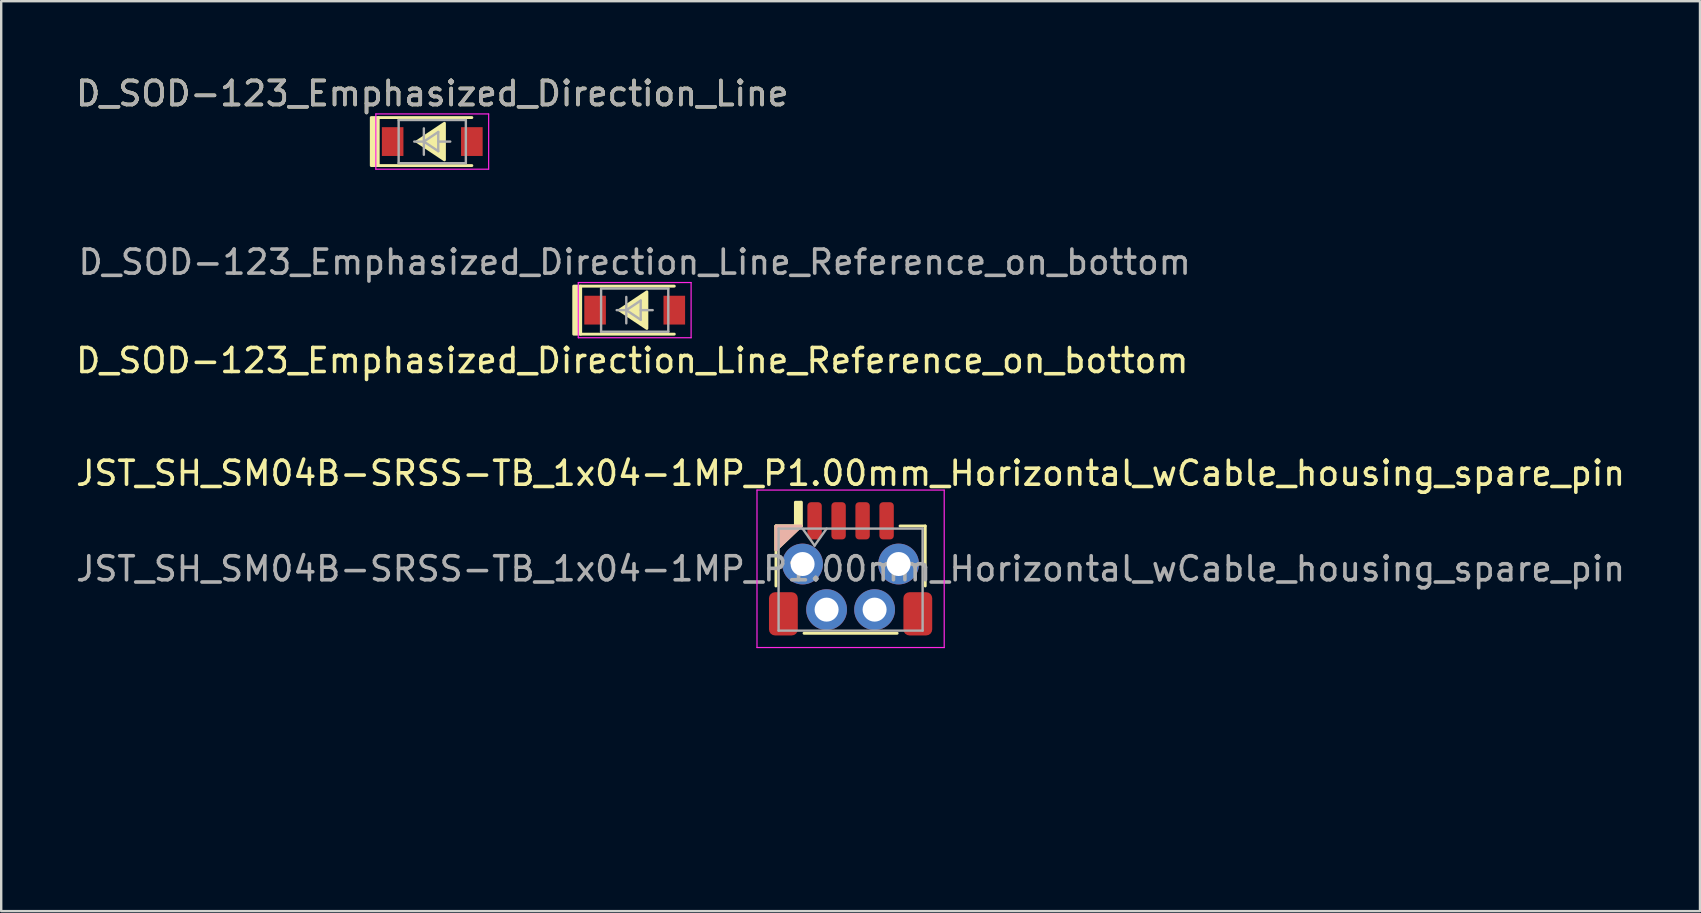
<source format=kicad_pcb>
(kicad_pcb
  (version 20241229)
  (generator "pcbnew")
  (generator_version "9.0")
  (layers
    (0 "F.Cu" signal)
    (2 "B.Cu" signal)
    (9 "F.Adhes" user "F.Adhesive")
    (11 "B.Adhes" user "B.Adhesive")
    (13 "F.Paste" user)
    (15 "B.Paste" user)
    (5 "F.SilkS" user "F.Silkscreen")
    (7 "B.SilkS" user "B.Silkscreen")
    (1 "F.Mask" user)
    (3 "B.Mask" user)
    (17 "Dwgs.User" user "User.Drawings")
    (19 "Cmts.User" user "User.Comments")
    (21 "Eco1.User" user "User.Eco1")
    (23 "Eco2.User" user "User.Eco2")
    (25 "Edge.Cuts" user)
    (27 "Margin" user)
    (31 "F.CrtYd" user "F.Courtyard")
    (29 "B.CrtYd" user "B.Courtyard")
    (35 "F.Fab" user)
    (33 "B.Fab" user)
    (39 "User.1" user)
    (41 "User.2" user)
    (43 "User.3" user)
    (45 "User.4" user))
  (footprint "JST_SH_SM04B-SRSS-TB_1x04-1MP_P1.00mm_Horizontal_wCable_housing_spare_pin"
    (layer "F.Cu")
    (at 32.387 20.648)
    (property "Reference" "JST_SH_SM04B-SRSS-TB_1x04-1MP_P1.00mm_Horizontal_wCable_housing_spare_pin" (at 0 -3.98 0) (layer "F.SilkS") (effects (font (size 1 1) (thickness 0.15))))
    (attr smd)
    (fp_line (start -3.11 -1.785) (end -2.06 -1.785) (stroke (width 0.12) (type solid)) (layer "F.SilkS"))
    (fp_line (start -3.11 0.715) (end -3.11 -1.785) (stroke (width 0.12) (type solid)) (layer "F.SilkS"))
    (fp_line (start -2.06 -1.785) (end -2.06 -2.775) (stroke (width 0.12) (type solid)) (layer "F.SilkS"))
    (fp_line (start -1.94 2.685) (end 1.94 2.685) (stroke (width 0.12) (type solid)) (layer "F.SilkS"))
    (fp_line (start 3.11 -1.785) (end 2.06 -1.785) (stroke (width 0.12) (type solid)) (layer "F.SilkS"))
    (fp_line (start 3.11 0.715) (end 3.11 -1.785) (stroke (width 0.12) (type solid)) (layer "F.SilkS"))
    (fp_poly (pts (xy -3.11 -0.785) (xy -3.11 -1.785) (xy -2.06 -1.785)) (stroke (width 0.12) (type solid)) (fill yes) (layer "F.SilkS"))
    (fp_poly (pts (xy -2.06 -1.785) (xy -2.3 -1.785) (xy -2.3 -2.775) (xy -2.06 -2.775)) (stroke (width 0.12) (type solid)) (fill yes) (layer "F.SilkS"))
    (fp_poly (pts (xy -2.06 -1.785) (xy -3.11 -1.785) (xy -3.11 -0.785)) (stroke (width 0.12) (type solid)) (fill yes) (layer "B.SilkS"))
    (fp_line (start -3.5 2.7) (end -3.5 3.7) (stroke (width 0.12) (type solid)) (layer "Eco2.User"))
    (fp_line (start -3.5 3.7) (end 3.5 3.7) (stroke (width 0.12) (type solid)) (layer "Eco2.User"))
    (fp_line (start -3.5 6.7) (end -3.5 6.95) (stroke (width 0.12) (type solid)) (layer "Eco2.User"))
    (fp_line (start -3.5 6.7) (end -3.25 6.7) (stroke (width 0.12) (type solid)) (layer "Eco2.User"))
    (fp_line (start -3.5 7.7) (end -3.5 7.45) (stroke (width 0.12) (type solid)) (layer "Eco2.User"))
    (fp_line (start -3.5 7.7) (end -3.25 7.7) (stroke (width 0.12) (type solid)) (layer "Eco2.User"))
    (fp_line (start -3 3.7) (end -3 3.95) (stroke (width 0.12) (type solid)) (layer "Eco2.User"))
    (fp_line (start -3 4.95) (end -3 4.45) (stroke (width 0.12) (type solid)) (layer "Eco2.User"))
    (fp_line (start -3 5.95) (end -3 5.45) (stroke (width 0.12) (type solid)) (layer "Eco2.User"))
    (fp_line (start -3 6.7) (end -3.25 6.7) (stroke (width 0.12) (type solid)) (layer "Eco2.User"))
    (fp_line (start -3 6.7) (end -3 6.45) (stroke (width 0.12) (type solid)) (layer "Eco2.User"))
    (fp_line (start -2.25 7.7) (end -2.75 7.7) (stroke (width 0.12) (type solid)) (layer "Eco2.User"))
    (fp_line (start -1.5 7.7) (end -1.5 8.2) (stroke (width 0.12) (type solid)) (layer "Eco2.User"))
    (fp_line (start -1.5 8.7) (end -1.5 9.2) (stroke (width 0.12) (type solid)) (layer "Eco2.User"))
    (fp_line (start -1.5 9.7) (end -1.5 10.2) (stroke (width 0.12) (type solid)) (layer "Eco2.User"))
    (fp_line (start -1.5 10.7) (end -1.5 11.2) (stroke (width 0.12) (type solid)) (layer "Eco2.User"))
    (fp_line (start -1.25 7.7) (end -1.75 7.7) (stroke (width 0.12) (type solid)) (layer "Eco2.User"))
    (fp_line (start -0.5 7.7) (end -0.5 8.2) (stroke (width 0.12) (type solid)) (layer "Eco2.User"))
    (fp_line (start -0.5 8.7) (end -0.5 9.2) (stroke (width 0.12) (type solid)) (layer "Eco2.User"))
    (fp_line (start -0.5 9.7) (end -0.5 10.2) (stroke (width 0.12) (type solid)) (layer "Eco2.User"))
    (fp_line (start -0.5 10.7) (end -0.5 11.2) (stroke (width 0.12) (type solid)) (layer "Eco2.User"))
    (fp_line (start -0.25 7.7) (end -0.75 7.7) (stroke (width 0.12) (type solid)) (layer "Eco2.User"))
    (fp_line (start 0.5 7.7) (end 0.5 8.2) (stroke (width 0.12) (type solid)) (layer "Eco2.User"))
    (fp_line (start 0.5 8.7) (end 0.5 9.2) (stroke (width 0.12) (type solid)) (layer "Eco2.User"))
    (fp_line (start 0.5 9.7) (end 0.5 10.2) (stroke (width 0.12) (type solid)) (layer "Eco2.User"))
    (fp_line (start 0.5 10.7) (end 0.5 11.2) (stroke (width 0.12) (type solid)) (layer "Eco2.User"))
    (fp_line (start 0.75 7.7) (end 0.25 7.7) (stroke (width 0.12) (type solid)) (layer "Eco2.User"))
    (fp_line (start 1.5 7.7) (end 1.5 8.2) (stroke (width 0.12) (type solid)) (layer "Eco2.User"))
    (fp_line (start 1.5 8.7) (end 1.5 9.2) (stroke (width 0.12) (type solid)) (layer "Eco2.User"))
    (fp_line (start 1.5 9.7) (end 1.5 10.2) (stroke (width 0.12) (type solid)) (layer "Eco2.User"))
    (fp_line (start 1.5 10.7) (end 1.5 11.2) (stroke (width 0.12) (type solid)) (layer "Eco2.User"))
    (fp_line (start 1.75 7.7) (end 1.25 7.7) (stroke (width 0.12) (type solid)) (layer "Eco2.User"))
    (fp_line (start 2.75 7.7) (end 2.25 7.7) (stroke (width 0.12) (type solid)) (layer "Eco2.User"))
    (fp_line (start 3 3.7) (end 3 3.95) (stroke (width 0.12) (type solid)) (layer "Eco2.User"))
    (fp_line (start 3 4.95) (end 3 4.45) (stroke (width 0.12) (type solid)) (layer "Eco2.User"))
    (fp_line (start 3 5.95) (end 3 5.45) (stroke (width 0.12) (type solid)) (layer "Eco2.User"))
    (fp_line (start 3 6.7) (end 3 6.45) (stroke (width 0.12) (type solid)) (layer "Eco2.User"))
    (fp_line (start 3 6.7) (end 3.25 6.7) (stroke (width 0.12) (type solid)) (layer "Eco2.User"))
    (fp_line (start 3.5 2.7) (end -3.5 2.7) (stroke (width 0.12) (type solid)) (layer "Eco2.User"))
    (fp_line (start 3.5 3.7) (end 3.5 2.7) (stroke (width 0.12) (type solid)) (layer "Eco2.User"))
    (fp_line (start 3.5 6.7) (end 3.25 6.7) (stroke (width 0.12) (type solid)) (layer "Eco2.User"))
    (fp_line (start 3.5 6.7) (end 3.5 6.95) (stroke (width 0.12) (type solid)) (layer "Eco2.User"))
    (fp_line (start 3.5 7.7) (end 3.25 7.7) (stroke (width 0.12) (type solid)) (layer "Eco2.User"))
    (fp_line (start 3.5 7.7) (end 3.5 7.45) (stroke (width 0.12) (type solid)) (layer "Eco2.User"))
    (fp_line (start -3.9 -3.28) (end -3.9 3.28) (stroke (width 0.05) (type solid)) (layer "F.CrtYd"))
    (fp_line (start -3.9 3.28) (end 3.9 3.28) (stroke (width 0.05) (type solid)) (layer "F.CrtYd"))
    (fp_line (start 3.9 -3.28) (end -3.9 -3.28) (stroke (width 0.05) (type solid)) (layer "F.CrtYd"))
    (fp_line (start 3.9 3.28) (end 3.9 -3.28) (stroke (width 0.05) (type solid)) (layer "F.CrtYd"))
    (fp_line (start -3 -1.675) (end -3 2.575) (stroke (width 0.1) (type solid)) (layer "F.Fab"))
    (fp_line (start -3 -1.675) (end 3 -1.675) (stroke (width 0.1) (type solid)) (layer "F.Fab"))
    (fp_line (start -3 2.575) (end 3 2.575) (stroke (width 0.1) (type solid)) (layer "F.Fab"))
    (fp_line (start -2 -1.675) (end -1.5 -0.968) (stroke (width 0.1) (type solid)) (layer "F.Fab"))
    (fp_line (start -1.5 -0.968) (end -1 -1.675) (stroke (width 0.1) (type solid)) (layer "F.Fab"))
    (fp_line (start 3 -1.675) (end 3 2.575) (stroke (width 0.1) (type solid)) (layer "F.Fab"))
    (fp_text user "${REFERENCE}" (at 0 0 0) (layer "F.Fab") (effects (font (size 1 1) (thickness 0.15))))
    (pad "1" thru_hole oval (at -2 -0.2) (size 1.7 1.7) (drill 1) (layers "*.Cu" "*.Mask"))
    (pad "1" smd roundrect (at -1.5 -2) (size 0.6 1.55) (layers "F.Cu" "F.Mask" "F.Paste") (roundrect_rratio 0.25))
    (pad "2" thru_hole oval (at -1 1.7) (size 1.7 1.7) (drill 1) (layers "*.Cu" "*.Mask"))
    (pad "2" smd roundrect (at -0.5 -2) (size 0.6 1.55) (layers "F.Cu" "F.Mask" "F.Paste") (roundrect_rratio 0.25))
    (pad "3" smd roundrect (at 0.5 -2) (size 0.6 1.55) (layers "F.Cu" "F.Mask" "F.Paste") (roundrect_rratio 0.25))
    (pad "3" thru_hole oval (at 1 1.7) (size 1.7 1.7) (drill 1) (layers "*.Cu" "*.Mask"))
    (pad "4" smd roundrect (at 1.5 -2) (size 0.6 1.55) (layers "F.Cu" "F.Mask" "F.Paste") (roundrect_rratio 0.25))
    (pad "4" thru_hole oval (at 2 -0.2) (size 1.7 1.7) (drill 1) (layers "*.Cu" "*.Mask"))
    (pad "MP" smd roundrect (at -2.8 1.875) (size 1.2 1.8) (layers "F.Cu" "F.Mask" "F.Paste") (roundrect_rratio 0.208))
    (pad "MP" smd roundrect (at 2.8 1.875) (size 1.2 1.8) (layers "F.Cu" "F.Mask" "F.Paste") (roundrect_rratio 0.208)))
  (footprint "D_SOD-123_Emphasized_Direction_Line_Reference_on_bottom"
    (layer "F.Cu")
    (at 23.392 9.871)
    (property "Reference" "D_SOD-123_Emphasized_Direction_Line_Reference_on_bottom" (at -0.1 2.1 180) (layer "F.SilkS") (effects (font (size 1 1) (thickness 0.15))))
    (attr smd)
    (fp_line (start -2.25 -1) (end 1.65 -1) (stroke (width 0.12) (type solid)) (layer "F.SilkS"))
    (fp_line (start -2.25 1) (end 1.65 1) (stroke (width 0.12) (type solid)) (layer "F.SilkS"))
    (fp_rect (start -2.25 -1) (end -2.54 1) (stroke (width 0.12) (type solid)) (fill yes) (layer "F.SilkS"))
    (fp_poly (pts (xy 0.508 0.762) (xy -0.635 0) (xy 0.508 -0.762)) (stroke (width 0.12) (type solid)) (fill yes) (layer "F.SilkS"))
    (fp_line (start -2.35 -1.15) (end -2.35 1.15) (stroke (width 0.05) (type solid)) (layer "F.CrtYd"))
    (fp_line (start -2.35 -1.15) (end 2.35 -1.15) (stroke (width 0.05) (type solid)) (layer "F.CrtYd"))
    (fp_line (start 2.35 -1.15) (end 2.35 1.15) (stroke (width 0.05) (type solid)) (layer "F.CrtYd"))
    (fp_line (start 2.35 1.15) (end -2.35 1.15) (stroke (width 0.05) (type solid)) (layer "F.CrtYd"))
    (fp_line (start -1.4 -0.9) (end 1.4 -0.9) (stroke (width 0.1) (type solid)) (layer "F.Fab"))
    (fp_line (start -1.4 0.9) (end -1.4 -0.9) (stroke (width 0.1) (type solid)) (layer "F.Fab"))
    (fp_line (start -0.75 0) (end -0.35 0) (stroke (width 0.1) (type solid)) (layer "F.Fab"))
    (fp_line (start -0.35 0) (end -0.35 -0.55) (stroke (width 0.1) (type solid)) (layer "F.Fab"))
    (fp_line (start -0.35 0) (end -0.35 0.55) (stroke (width 0.1) (type solid)) (layer "F.Fab"))
    (fp_line (start -0.35 0) (end 0.25 -0.4) (stroke (width 0.1) (type solid)) (layer "F.Fab"))
    (fp_line (start 0.25 -0.4) (end 0.25 0.4) (stroke (width 0.1) (type solid)) (layer "F.Fab"))
    (fp_line (start 0.25 0) (end 0.75 0) (stroke (width 0.1) (type solid)) (layer "F.Fab"))
    (fp_line (start 0.25 0.4) (end -0.35 0) (stroke (width 0.1) (type solid)) (layer "F.Fab"))
    (fp_line (start 1.4 -0.9) (end 1.4 0.9) (stroke (width 0.1) (type solid)) (layer "F.Fab"))
    (fp_line (start 1.4 0.9) (end -1.4 0.9) (stroke (width 0.1) (type solid)) (layer "F.Fab"))
    (fp_text user "${REFERENCE}" (at 0 -2 180) (layer "F.Fab") (effects (font (size 1 1) (thickness 0.15))))
    (pad "1" smd rect (at -1.65 0) (size 0.9 1.2) (layers "F.Cu" "F.Mask" "F.Paste"))
    (pad "2" smd rect (at 1.65 0) (size 0.9 1.2) (layers "F.Cu" "F.Mask" "F.Paste")))
  (footprint "D_SOD-123_Emphasized_Direction_Line"
    (layer "F.Cu")
    (at 14.958 2.848)
    (property "Reference" "D_SOD-123_Emphasized_Direction_Line" (at 0 -2 0) (layer "F.SilkS") (effects (font (size 1 1) (thickness 0.15))))
    (attr smd)
    (fp_line (start -2.25 -1) (end 1.65 -1) (stroke (width 0.12) (type solid)) (layer "F.SilkS"))
    (fp_line (start -2.25 1) (end 1.65 1) (stroke (width 0.12) (type solid)) (layer "F.SilkS"))
    (fp_rect (start -2.25 -1) (end -2.54 1) (stroke (width 0.12) (type solid)) (fill yes) (layer "F.SilkS"))
    (fp_poly (pts (xy 0.508 0.762) (xy -0.635 0) (xy 0.508 -0.762)) (stroke (width 0.12) (type solid)) (fill yes) (layer "F.SilkS"))
    (fp_line (start -2.35 -1.15) (end -2.35 1.15) (stroke (width 0.05) (type solid)) (layer "F.CrtYd"))
    (fp_line (start -2.35 -1.15) (end 2.35 -1.15) (stroke (width 0.05) (type solid)) (layer "F.CrtYd"))
    (fp_line (start 2.35 -1.15) (end 2.35 1.15) (stroke (width 0.05) (type solid)) (layer "F.CrtYd"))
    (fp_line (start 2.35 1.15) (end -2.35 1.15) (stroke (width 0.05) (type solid)) (layer "F.CrtYd"))
    (fp_line (start -1.4 -0.9) (end 1.4 -0.9) (stroke (width 0.1) (type solid)) (layer "F.Fab"))
    (fp_line (start -1.4 0.9) (end -1.4 -0.9) (stroke (width 0.1) (type solid)) (layer "F.Fab"))
    (fp_line (start -0.75 0) (end -0.35 0) (stroke (width 0.1) (type solid)) (layer "F.Fab"))
    (fp_line (start -0.35 0) (end -0.35 -0.55) (stroke (width 0.1) (type solid)) (layer "F.Fab"))
    (fp_line (start -0.35 0) (end -0.35 0.55) (stroke (width 0.1) (type solid)) (layer "F.Fab"))
    (fp_line (start -0.35 0) (end 0.25 -0.4) (stroke (width 0.1) (type solid)) (layer "F.Fab"))
    (fp_line (start 0.25 -0.4) (end 0.25 0.4) (stroke (width 0.1) (type solid)) (layer "F.Fab"))
    (fp_line (start 0.25 0) (end 0.75 0) (stroke (width 0.1) (type solid)) (layer "F.Fab"))
    (fp_line (start 0.25 0.4) (end -0.35 0) (stroke (width 0.1) (type solid)) (layer "F.Fab"))
    (fp_line (start 1.4 -0.9) (end 1.4 0.9) (stroke (width 0.1) (type solid)) (layer "F.Fab"))
    (fp_line (start 1.4 0.9) (end -1.4 0.9) (stroke (width 0.1) (type solid)) (layer "F.Fab"))
    (fp_text user "${REFERENCE}" (at 0 -2 0) (layer "F.Fab") (effects (font (size 1 1) (thickness 0.15))))
    (pad "1" smd rect (at -1.65 0) (size 0.9 1.2) (layers "F.Cu" "F.Mask" "F.Paste"))
    (pad "2" smd rect (at 1.65 0) (size 0.9 1.2) (layers "F.Cu" "F.Mask" "F.Paste")))
  (gr_rect
    (start -3 -3)
    (end 67.774 34.908)
    (stroke (width 0.1) (type default))
    (fill no)
    (layer "Edge.Cuts")))
</source>
